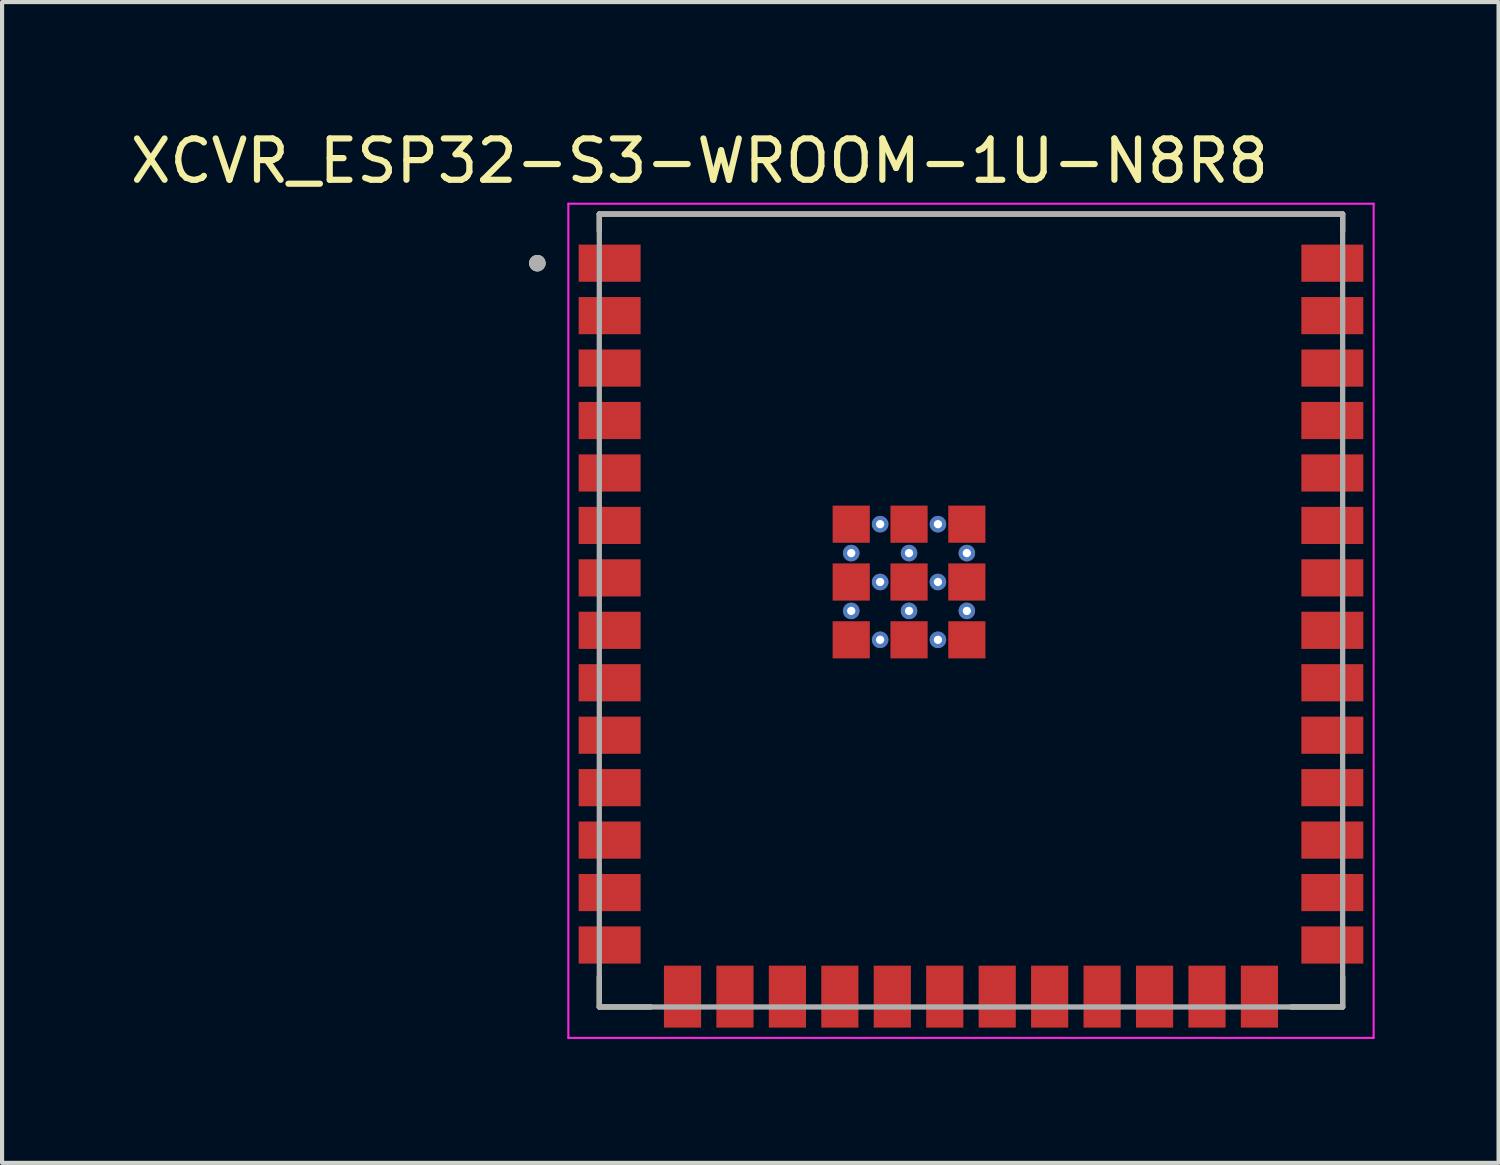
<source format=kicad_pcb>
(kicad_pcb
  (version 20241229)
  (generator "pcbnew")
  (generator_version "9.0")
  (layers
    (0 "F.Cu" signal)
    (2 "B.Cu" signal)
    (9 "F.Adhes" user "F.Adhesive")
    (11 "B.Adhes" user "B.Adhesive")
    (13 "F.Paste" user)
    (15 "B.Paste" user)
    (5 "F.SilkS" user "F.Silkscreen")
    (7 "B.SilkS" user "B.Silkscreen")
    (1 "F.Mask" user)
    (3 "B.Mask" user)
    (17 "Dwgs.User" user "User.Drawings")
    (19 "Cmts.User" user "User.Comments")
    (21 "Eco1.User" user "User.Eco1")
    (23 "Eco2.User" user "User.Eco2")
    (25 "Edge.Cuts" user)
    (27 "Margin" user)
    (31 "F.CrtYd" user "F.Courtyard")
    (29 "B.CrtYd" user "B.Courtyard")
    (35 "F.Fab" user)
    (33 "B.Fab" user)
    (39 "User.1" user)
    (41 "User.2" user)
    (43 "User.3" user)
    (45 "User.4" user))
  (footprint "XCVR_ESP32-S3-WROOM-1U-N8R8"
    (layer "F.Cu")
    (at 20.462 11.733)
    (property "Reference" "XCVR_ESP32-S3-WROOM-1U-N8R8" (at -6.575 -10.885 0) (layer "F.SilkS") (effects (font (size 1 1) (thickness 0.15))))
    (attr smd)
    (fp_line (start -9 -9.6) (end 9 -9.6) (stroke (width 0.127) (type solid)) (layer "F.SilkS"))
    (fp_line (start -9 -9.18) (end -9 -9.6) (stroke (width 0.127) (type solid)) (layer "F.SilkS"))
    (fp_line (start -9 9.6) (end -9 8.87) (stroke (width 0.127) (type solid)) (layer "F.SilkS"))
    (fp_line (start -7.755 9.6) (end -9 9.6) (stroke (width 0.127) (type solid)) (layer "F.SilkS"))
    (fp_line (start 9 -9.6) (end 9 -9.18) (stroke (width 0.127) (type solid)) (layer "F.SilkS"))
    (fp_line (start 9 9.6) (end 7.755 9.6) (stroke (width 0.127) (type solid)) (layer "F.SilkS"))
    (fp_line (start 9 9.6) (end 9 8.87) (stroke (width 0.127) (type solid)) (layer "F.SilkS"))
    (fp_circle (center -10.5 -8.41) (end -10.4 -8.41) (stroke (width 0.2) (type solid)) (fill no) (layer "F.SilkS"))
    (fp_line (start -9.75 -9.85) (end -9.75 10.35) (stroke (width 0.05) (type solid)) (layer "F.CrtYd"))
    (fp_line (start -9.75 10.35) (end 9.75 10.35) (stroke (width 0.05) (type solid)) (layer "F.CrtYd"))
    (fp_line (start 9.75 -9.85) (end -9.75 -9.85) (stroke (width 0.05) (type solid)) (layer "F.CrtYd"))
    (fp_line (start 9.75 10.35) (end 9.75 -9.85) (stroke (width 0.05) (type solid)) (layer "F.CrtYd"))
    (fp_line (start -9 -9.6) (end 9 -9.6) (stroke (width 0.127) (type solid)) (layer "F.Fab"))
    (fp_line (start -9 9.6) (end -9 -9.6) (stroke (width 0.127) (type solid)) (layer "F.Fab"))
    (fp_line (start 9 -9.6) (end 9 9.6) (stroke (width 0.127) (type solid)) (layer "F.Fab"))
    (fp_line (start 9 9.6) (end -9 9.6) (stroke (width 0.127) (type solid)) (layer "F.Fab"))
    (fp_circle (center -10.5 -8.41) (end -10.4 -8.41) (stroke (width 0.2) (type solid)) (fill no) (layer "F.Fab"))
    (pad "1" smd rect (at -8.75 -8.41) (size 1.5 0.9) (layers "F.Cu" "F.Mask" "F.Paste"))
    (pad "2" smd rect (at -8.75 -7.14) (size 1.5 0.9) (layers "F.Cu" "F.Mask" "F.Paste"))
    (pad "3" smd rect (at -8.75 -5.87) (size 1.5 0.9) (layers "F.Cu" "F.Mask" "F.Paste"))
    (pad "4" smd rect (at -8.75 -4.6) (size 1.5 0.9) (layers "F.Cu" "F.Mask" "F.Paste"))
    (pad "5" smd rect (at -8.75 -3.33) (size 1.5 0.9) (layers "F.Cu" "F.Mask" "F.Paste"))
    (pad "6" smd rect (at -8.75 -2.06) (size 1.5 0.9) (layers "F.Cu" "F.Mask" "F.Paste"))
    (pad "7" smd rect (at -8.75 -0.79) (size 1.5 0.9) (layers "F.Cu" "F.Mask" "F.Paste"))
    (pad "8" smd rect (at -8.75 0.48) (size 1.5 0.9) (layers "F.Cu" "F.Mask" "F.Paste"))
    (pad "9" smd rect (at -8.75 1.75) (size 1.5 0.9) (layers "F.Cu" "F.Mask" "F.Paste"))
    (pad "10" smd rect (at -8.75 3.02) (size 1.5 0.9) (layers "F.Cu" "F.Mask" "F.Paste"))
    (pad "11" smd rect (at -8.75 4.29) (size 1.5 0.9) (layers "F.Cu" "F.Mask" "F.Paste"))
    (pad "12" smd rect (at -8.75 5.56) (size 1.5 0.9) (layers "F.Cu" "F.Mask" "F.Paste"))
    (pad "13" smd rect (at -8.75 6.83) (size 1.5 0.9) (layers "F.Cu" "F.Mask" "F.Paste"))
    (pad "14" smd rect (at -8.75 8.1) (size 1.5 0.9) (layers "F.Cu" "F.Mask" "F.Paste"))
    (pad "15" smd rect (at -6.985 9.35) (size 0.9 1.5) (layers "F.Cu" "F.Mask" "F.Paste"))
    (pad "16" smd rect (at -5.715 9.35) (size 0.9 1.5) (layers "F.Cu" "F.Mask" "F.Paste"))
    (pad "17" smd rect (at -4.445 9.35) (size 0.9 1.5) (layers "F.Cu" "F.Mask" "F.Paste"))
    (pad "18" smd rect (at -3.175 9.35) (size 0.9 1.5) (layers "F.Cu" "F.Mask" "F.Paste"))
    (pad "19" smd rect (at -1.905 9.35) (size 0.9 1.5) (layers "F.Cu" "F.Mask" "F.Paste"))
    (pad "20" smd rect (at -0.635 9.35) (size 0.9 1.5) (layers "F.Cu" "F.Mask" "F.Paste"))
    (pad "21" smd rect (at 0.635 9.35) (size 0.9 1.5) (layers "F.Cu" "F.Mask" "F.Paste"))
    (pad "22" smd rect (at 1.905 9.35) (size 0.9 1.5) (layers "F.Cu" "F.Mask" "F.Paste"))
    (pad "23" smd rect (at 3.175 9.35) (size 0.9 1.5) (layers "F.Cu" "F.Mask" "F.Paste"))
    (pad "24" smd rect (at 4.445 9.35) (size 0.9 1.5) (layers "F.Cu" "F.Mask" "F.Paste"))
    (pad "25" smd rect (at 5.715 9.35) (size 0.9 1.5) (layers "F.Cu" "F.Mask" "F.Paste"))
    (pad "26" smd rect (at 6.985 9.35) (size 0.9 1.5) (layers "F.Cu" "F.Mask" "F.Paste"))
    (pad "27" smd rect (at 8.75 8.1) (size 1.5 0.9) (layers "F.Cu" "F.Mask" "F.Paste"))
    (pad "28" smd rect (at 8.75 6.83) (size 1.5 0.9) (layers "F.Cu" "F.Mask" "F.Paste"))
    (pad "29" smd rect (at 8.75 5.56) (size 1.5 0.9) (layers "F.Cu" "F.Mask" "F.Paste"))
    (pad "30" smd rect (at 8.75 4.29) (size 1.5 0.9) (layers "F.Cu" "F.Mask" "F.Paste"))
    (pad "31" smd rect (at 8.75 3.02) (size 1.5 0.9) (layers "F.Cu" "F.Mask" "F.Paste"))
    (pad "32" smd rect (at 8.75 1.75) (size 1.5 0.9) (layers "F.Cu" "F.Mask" "F.Paste"))
    (pad "33" smd rect (at 8.75 0.48) (size 1.5 0.9) (layers "F.Cu" "F.Mask" "F.Paste"))
    (pad "34" smd rect (at 8.75 -0.79) (size 1.5 0.9) (layers "F.Cu" "F.Mask" "F.Paste"))
    (pad "35" smd rect (at 8.75 -2.06) (size 1.5 0.9) (layers "F.Cu" "F.Mask" "F.Paste"))
    (pad "36" smd rect (at 8.75 -3.33) (size 1.5 0.9) (layers "F.Cu" "F.Mask" "F.Paste"))
    (pad "37" smd rect (at 8.75 -4.6) (size 1.5 0.9) (layers "F.Cu" "F.Mask" "F.Paste"))
    (pad "38" smd rect (at 8.75 -5.87) (size 1.5 0.9) (layers "F.Cu" "F.Mask" "F.Paste"))
    (pad "39" smd rect (at 8.75 -7.14) (size 1.5 0.9) (layers "F.Cu" "F.Mask" "F.Paste"))
    (pad "40" smd rect (at 8.75 -8.41) (size 1.5 0.9) (layers "F.Cu" "F.Mask" "F.Paste"))
    (pad "41_1" smd rect (at -2.9 -2.09) (size 0.9 0.9) (layers "F.Cu" "F.Mask" "F.Paste"))
    (pad "41_2" smd rect (at -1.5 -2.09) (size 0.9 0.9) (layers "F.Cu" "F.Mask" "F.Paste"))
    (pad "41_3" smd rect (at -0.1 -2.09) (size 0.9 0.9) (layers "F.Cu" "F.Mask" "F.Paste"))
    (pad "41_4" smd rect (at -2.9 -0.69) (size 0.9 0.9) (layers "F.Cu" "F.Mask" "F.Paste"))
    (pad "41_5" smd rect (at -1.5 -0.69) (size 0.9 0.9) (layers "F.Cu" "F.Mask" "F.Paste"))
    (pad "41_6" smd rect (at -0.1 -0.69) (size 0.9 0.9) (layers "F.Cu" "F.Mask" "F.Paste"))
    (pad "41_7" smd rect (at -2.9 0.71) (size 0.9 0.9) (layers "F.Cu" "F.Mask" "F.Paste"))
    (pad "41_8" smd rect (at -1.5 0.71) (size 0.9 0.9) (layers "F.Cu" "F.Mask" "F.Paste"))
    (pad "41_9" smd rect (at -0.1 0.71) (size 0.9 0.9) (layers "F.Cu" "F.Mask" "F.Paste"))
    (pad "41_10" thru_hole circle (at -2.2 -2.09) (size 0.4 0.4) (drill 0.2) (layers "*.Cu"))
    (pad "41_11" thru_hole circle (at -0.8 -2.09) (size 0.4 0.4) (drill 0.2) (layers "*.Cu"))
    (pad "41_12" thru_hole circle (at -2.9 -1.39) (size 0.4 0.4) (drill 0.2) (layers "*.Cu"))
    (pad "41_13" thru_hole circle (at -1.5 -1.39) (size 0.4 0.4) (drill 0.2) (layers "*.Cu"))
    (pad "41_14" thru_hole circle (at -0.1 -1.39) (size 0.4 0.4) (drill 0.2) (layers "*.Cu"))
    (pad "41_15" thru_hole circle (at -2.2 -0.69) (size 0.4 0.4) (drill 0.2) (layers "*.Cu"))
    (pad "41_16" thru_hole circle (at -0.8 -0.69) (size 0.4 0.4) (drill 0.2) (layers "*.Cu"))
    (pad "41_17" thru_hole circle (at -2.9 0.01) (size 0.4 0.4) (drill 0.2) (layers "*.Cu"))
    (pad "41_18" thru_hole circle (at -1.5 0.01) (size 0.4 0.4) (drill 0.2) (layers "*.Cu"))
    (pad "41_19" thru_hole circle (at -0.1 0.01) (size 0.4 0.4) (drill 0.2) (layers "*.Cu"))
    (pad "41_20" thru_hole circle (at -2.2 0.71) (size 0.4 0.4) (drill 0.2) (layers "*.Cu"))
    (pad "41_21" thru_hole circle (at -0.8 0.71) (size 0.4 0.4) (drill 0.2) (layers "*.Cu")))
  (gr_rect
    (start -3 -3)
    (end 33.237 25.108)
    (stroke (width 0.1) (type default))
    (fill no)
    (layer "Edge.Cuts")))
</source>
